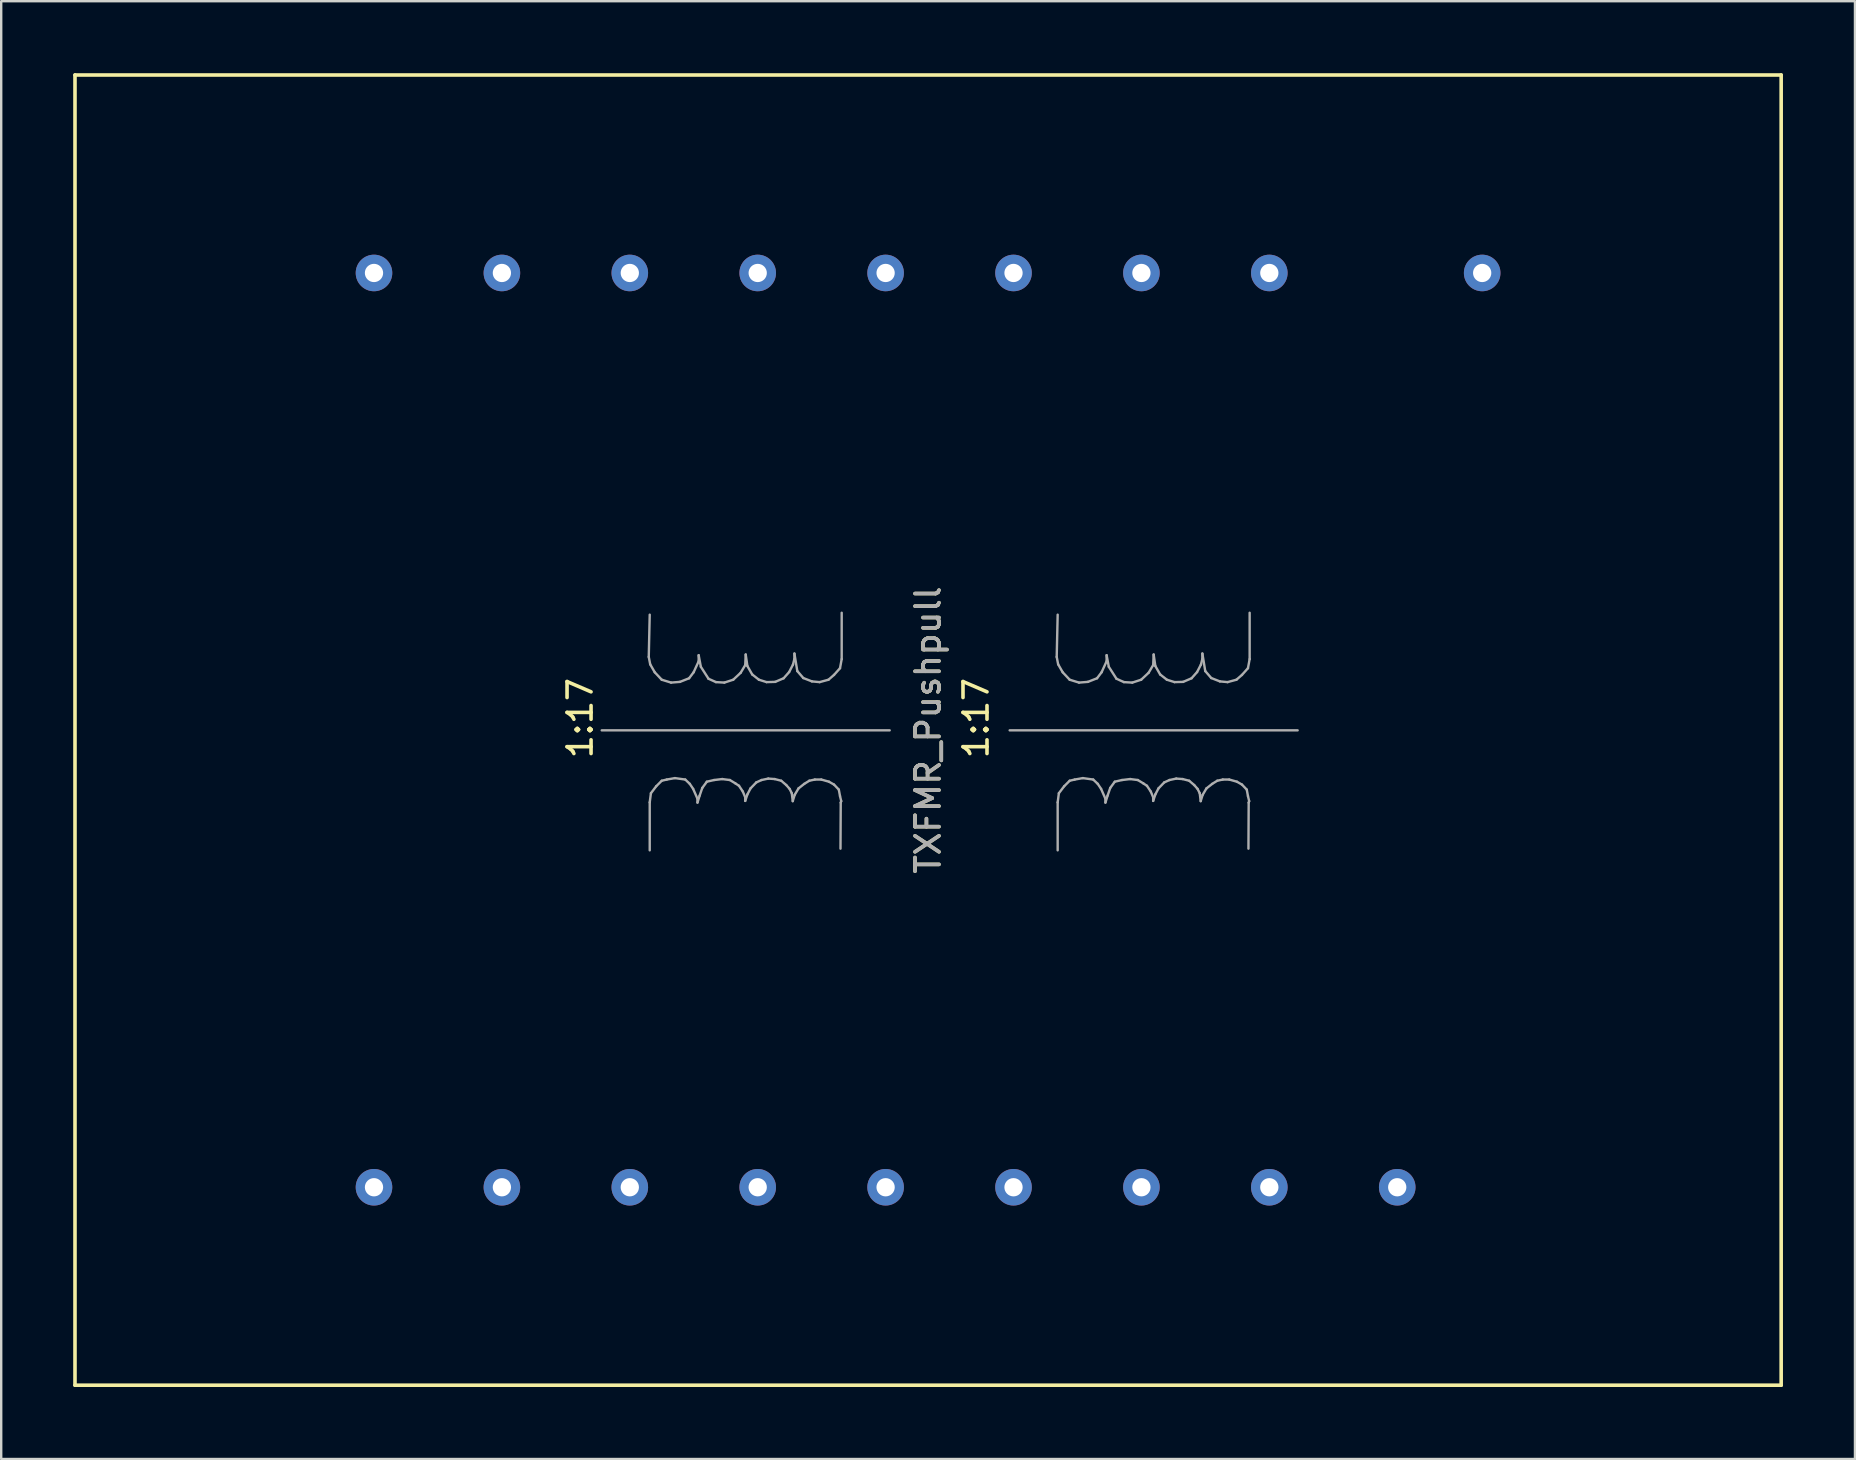
<source format=kicad_pcb>
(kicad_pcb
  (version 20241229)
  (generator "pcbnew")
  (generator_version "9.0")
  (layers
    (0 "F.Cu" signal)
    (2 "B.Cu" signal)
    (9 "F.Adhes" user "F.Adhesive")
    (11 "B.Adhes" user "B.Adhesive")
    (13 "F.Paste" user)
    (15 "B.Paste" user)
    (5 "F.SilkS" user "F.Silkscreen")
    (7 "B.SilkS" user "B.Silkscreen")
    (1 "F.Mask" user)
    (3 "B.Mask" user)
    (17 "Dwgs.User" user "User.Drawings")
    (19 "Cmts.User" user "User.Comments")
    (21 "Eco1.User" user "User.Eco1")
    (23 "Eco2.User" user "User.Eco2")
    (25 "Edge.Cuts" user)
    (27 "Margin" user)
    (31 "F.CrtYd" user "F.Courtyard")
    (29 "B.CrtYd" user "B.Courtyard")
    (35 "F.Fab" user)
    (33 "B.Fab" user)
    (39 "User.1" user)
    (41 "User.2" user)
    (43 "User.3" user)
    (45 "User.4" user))
  (footprint "TXFMR_Pushpull"
    (layer "F.Cu")
    (at 31.19 27.375)
    (property "Reference" "TXFMR_Pushpull" (at 4.435 0 90) (layer "F.SilkS") (effects (font (size 1 1) (thickness 0.15))))
    (attr through_hole)
    (fp_line (start -31.115 -27.3) (end -31.115 27.3) (stroke (width 0.15) (type solid)) (layer "F.SilkS"))
    (fp_line (start -31.115 27.3) (end 39.985 27.3) (stroke (width 0.15) (type solid)) (layer "F.SilkS"))
    (fp_line (start 39.985 -27.3) (end -31.115 -27.3) (stroke (width 0.15) (type solid)) (layer "F.SilkS"))
    (fp_line (start 39.985 27.3) (end 39.985 -27.3) (stroke (width 0.15) (type solid)) (layer "F.SilkS"))
    (fp_line (start -9.165 0.01) (end 2.835 0.01) (stroke (width 0.1) (type solid)) (layer "F.Fab"))
    (fp_line (start -7.205 -3.05) (end -7.145 -2.74) (stroke (width 0.1) (type solid)) (layer "F.Fab"))
    (fp_line (start -7.165 -4.81) (end -7.205 -3.05) (stroke (width 0.1) (type solid)) (layer "F.Fab"))
    (fp_line (start -7.165 3.01) (end -7.115 2.63) (stroke (width 0.1) (type solid)) (layer "F.Fab"))
    (fp_line (start -7.165 5.01) (end -7.165 3.01) (stroke (width 0.1) (type solid)) (layer "F.Fab"))
    (fp_line (start -7.145 -2.74) (end -6.955 -2.41) (stroke (width 0.1) (type solid)) (layer "F.Fab"))
    (fp_line (start -7.115 2.63) (end -6.895 2.34) (stroke (width 0.1) (type solid)) (layer "F.Fab"))
    (fp_line (start -6.955 -2.41) (end -6.665 -2.1) (stroke (width 0.1) (type solid)) (layer "F.Fab"))
    (fp_line (start -6.895 2.34) (end -6.665 2.11) (stroke (width 0.1) (type solid)) (layer "F.Fab"))
    (fp_line (start -6.665 -2.1) (end -6.275 -1.98) (stroke (width 0.1) (type solid)) (layer "F.Fab"))
    (fp_line (start -6.665 2.11) (end -6.455 2.06) (stroke (width 0.1) (type solid)) (layer "F.Fab"))
    (fp_line (start -6.455 2.06) (end -6.115 2) (stroke (width 0.1) (type solid)) (layer "F.Fab"))
    (fp_line (start -6.275 -1.98) (end -5.905 -2.01) (stroke (width 0.1) (type solid)) (layer "F.Fab"))
    (fp_line (start -6.115 2) (end -5.685 2.06) (stroke (width 0.1) (type solid)) (layer "F.Fab"))
    (fp_line (start -5.905 -2.01) (end -5.525 -2.16) (stroke (width 0.1) (type solid)) (layer "F.Fab"))
    (fp_line (start -5.685 2.06) (end -5.495 2.24) (stroke (width 0.1) (type solid)) (layer "F.Fab"))
    (fp_line (start -5.525 -2.16) (end -5.335 -2.41) (stroke (width 0.1) (type solid)) (layer "F.Fab"))
    (fp_line (start -5.495 2.24) (end -5.355 2.45) (stroke (width 0.1) (type solid)) (layer "F.Fab"))
    (fp_line (start -5.355 2.45) (end -5.175 2.86) (stroke (width 0.1) (type solid)) (layer "F.Fab"))
    (fp_line (start -5.335 -2.41) (end -5.125 -2.87) (stroke (width 0.1) (type solid)) (layer "F.Fab"))
    (fp_line (start -5.175 2.86) (end -5.175 3.02) (stroke (width 0.1) (type solid)) (layer "F.Fab"))
    (fp_line (start -5.175 3.02) (end -5.085 2.73) (stroke (width 0.1) (type solid)) (layer "F.Fab"))
    (fp_line (start -5.125 -3.12) (end -5.035 -2.64) (stroke (width 0.1) (type solid)) (layer "F.Fab"))
    (fp_line (start -5.125 -2.87) (end -5.125 -3.12) (stroke (width 0.1) (type solid)) (layer "F.Fab"))
    (fp_line (start -5.085 2.73) (end -4.975 2.41) (stroke (width 0.1) (type solid)) (layer "F.Fab"))
    (fp_line (start -5.035 -2.64) (end -4.715 -2.14) (stroke (width 0.1) (type solid)) (layer "F.Fab"))
    (fp_line (start -4.975 2.41) (end -4.785 2.15) (stroke (width 0.1) (type solid)) (layer "F.Fab"))
    (fp_line (start -4.785 2.15) (end -4.485 2.08) (stroke (width 0.1) (type solid)) (layer "F.Fab"))
    (fp_line (start -4.715 -2.14) (end -4.405 -2) (stroke (width 0.1) (type solid)) (layer "F.Fab"))
    (fp_line (start -4.485 2.08) (end -4.145 2.04) (stroke (width 0.1) (type solid)) (layer "F.Fab"))
    (fp_line (start -4.405 -2) (end -4.055 -1.98) (stroke (width 0.1) (type solid)) (layer "F.Fab"))
    (fp_line (start -4.145 2.04) (end -3.825 2.08) (stroke (width 0.1) (type solid)) (layer "F.Fab"))
    (fp_line (start -4.055 -1.98) (end -3.685 -2.1) (stroke (width 0.1) (type solid)) (layer "F.Fab"))
    (fp_line (start -3.825 2.08) (end -3.595 2.22) (stroke (width 0.1) (type solid)) (layer "F.Fab"))
    (fp_line (start -3.685 -2.1) (end -3.375 -2.39) (stroke (width 0.1) (type solid)) (layer "F.Fab"))
    (fp_line (start -3.595 2.22) (end -3.445 2.32) (stroke (width 0.1) (type solid)) (layer "F.Fab"))
    (fp_line (start -3.445 2.32) (end -3.285 2.56) (stroke (width 0.1) (type solid)) (layer "F.Fab"))
    (fp_line (start -3.375 -2.39) (end -3.185 -2.71) (stroke (width 0.1) (type solid)) (layer "F.Fab"))
    (fp_line (start -3.285 2.56) (end -3.185 2.8) (stroke (width 0.1) (type solid)) (layer "F.Fab"))
    (fp_line (start -3.185 -2.71) (end -3.165 -3.15) (stroke (width 0.1) (type solid)) (layer "F.Fab"))
    (fp_line (start -3.185 2.8) (end -3.185 2.95) (stroke (width 0.1) (type solid)) (layer "F.Fab"))
    (fp_line (start -3.185 2.95) (end -3.095 2.68) (stroke (width 0.1) (type solid)) (layer "F.Fab"))
    (fp_line (start -3.165 -3.15) (end -3.095 -2.67) (stroke (width 0.1) (type solid)) (layer "F.Fab"))
    (fp_line (start -3.095 -2.67) (end -2.895 -2.32) (stroke (width 0.1) (type solid)) (layer "F.Fab"))
    (fp_line (start -3.095 2.68) (end -2.965 2.43) (stroke (width 0.1) (type solid)) (layer "F.Fab"))
    (fp_line (start -2.965 2.43) (end -2.725 2.18) (stroke (width 0.1) (type solid)) (layer "F.Fab"))
    (fp_line (start -2.895 -2.32) (end -2.615 -2.1) (stroke (width 0.1) (type solid)) (layer "F.Fab"))
    (fp_line (start -2.725 2.18) (end -2.505 2.08) (stroke (width 0.1) (type solid)) (layer "F.Fab"))
    (fp_line (start -2.615 -2.1) (end -2.295 -2) (stroke (width 0.1) (type solid)) (layer "F.Fab"))
    (fp_line (start -2.505 2.08) (end -2.225 2.02) (stroke (width 0.1) (type solid)) (layer "F.Fab"))
    (fp_line (start -2.295 -2) (end -1.935 -2.01) (stroke (width 0.1) (type solid)) (layer "F.Fab"))
    (fp_line (start -2.225 2.02) (end -1.955 2.04) (stroke (width 0.1) (type solid)) (layer "F.Fab"))
    (fp_line (start -1.955 2.04) (end -1.685 2.11) (stroke (width 0.1) (type solid)) (layer "F.Fab"))
    (fp_line (start -1.935 -2.01) (end -1.585 -2.16) (stroke (width 0.1) (type solid)) (layer "F.Fab"))
    (fp_line (start -1.685 2.11) (end -1.475 2.29) (stroke (width 0.1) (type solid)) (layer "F.Fab"))
    (fp_line (start -1.585 -2.16) (end -1.355 -2.42) (stroke (width 0.1) (type solid)) (layer "F.Fab"))
    (fp_line (start -1.475 2.29) (end -1.335 2.45) (stroke (width 0.1) (type solid)) (layer "F.Fab"))
    (fp_line (start -1.355 -2.42) (end -1.195 -2.73) (stroke (width 0.1) (type solid)) (layer "F.Fab"))
    (fp_line (start -1.335 2.45) (end -1.245 2.63) (stroke (width 0.1) (type solid)) (layer "F.Fab"))
    (fp_line (start -1.245 2.63) (end -1.205 2.96) (stroke (width 0.1) (type solid)) (layer "F.Fab"))
    (fp_line (start -1.205 2.96) (end -1.125 2.7) (stroke (width 0.1) (type solid)) (layer "F.Fab"))
    (fp_line (start -1.195 -2.73) (end -1.135 -2.97) (stroke (width 0.1) (type solid)) (layer "F.Fab"))
    (fp_line (start -1.135 -3.19) (end -1.015 -2.46) (stroke (width 0.1) (type solid)) (layer "F.Fab"))
    (fp_line (start -1.135 -2.97) (end -1.135 -3.19) (stroke (width 0.1) (type solid)) (layer "F.Fab"))
    (fp_line (start -1.125 2.7) (end -0.965 2.43) (stroke (width 0.1) (type solid)) (layer "F.Fab"))
    (fp_line (start -1.015 -2.46) (end -0.765 -2.17) (stroke (width 0.1) (type solid)) (layer "F.Fab"))
    (fp_line (start -0.965 2.43) (end -0.725 2.24) (stroke (width 0.1) (type solid)) (layer "F.Fab"))
    (fp_line (start -0.765 -2.17) (end -0.405 -2.03) (stroke (width 0.1) (type solid)) (layer "F.Fab"))
    (fp_line (start -0.725 2.24) (end -0.515 2.11) (stroke (width 0.1) (type solid)) (layer "F.Fab"))
    (fp_line (start -0.515 2.11) (end -0.285 2.06) (stroke (width 0.1) (type solid)) (layer "F.Fab"))
    (fp_line (start -0.405 -2.03) (end -0.085 -2) (stroke (width 0.1) (type solid)) (layer "F.Fab"))
    (fp_line (start -0.285 2.06) (end -0.015 2.06) (stroke (width 0.1) (type solid)) (layer "F.Fab"))
    (fp_line (start -0.085 -2) (end 0.285 -2.1) (stroke (width 0.1) (type solid)) (layer "F.Fab"))
    (fp_line (start -0.015 2.06) (end 0.305 2.15) (stroke (width 0.1) (type solid)) (layer "F.Fab"))
    (fp_line (start 0.285 -2.1) (end 0.515 -2.3) (stroke (width 0.1) (type solid)) (layer "F.Fab"))
    (fp_line (start 0.305 2.15) (end 0.515 2.27) (stroke (width 0.1) (type solid)) (layer "F.Fab"))
    (fp_line (start 0.515 -2.3) (end 0.765 -2.58) (stroke (width 0.1) (type solid)) (layer "F.Fab"))
    (fp_line (start 0.515 2.27) (end 0.715 2.48) (stroke (width 0.1) (type solid)) (layer "F.Fab"))
    (fp_line (start 0.715 2.48) (end 0.765 2.75) (stroke (width 0.1) (type solid)) (layer "F.Fab"))
    (fp_line (start 0.765 -2.58) (end 0.835 -2.96) (stroke (width 0.1) (type solid)) (layer "F.Fab"))
    (fp_line (start 0.765 2.75) (end 0.815 2.96) (stroke (width 0.1) (type solid)) (layer "F.Fab"))
    (fp_line (start 0.795 3.02) (end 0.785 4.94) (stroke (width 0.1) (type solid)) (layer "F.Fab"))
    (fp_line (start 0.815 2.96) (end 0.795 3.02) (stroke (width 0.1) (type solid)) (layer "F.Fab"))
    (fp_line (start 0.835 -2.96) (end 0.835 -4.89) (stroke (width 0.1) (type solid)) (layer "F.Fab"))
    (fp_line (start 7.835 0.01) (end 19.835 0.01) (stroke (width 0.1) (type solid)) (layer "F.Fab"))
    (fp_line (start 9.795 -3.05) (end 9.855 -2.74) (stroke (width 0.1) (type solid)) (layer "F.Fab"))
    (fp_line (start 9.835 -4.81) (end 9.795 -3.05) (stroke (width 0.1) (type solid)) (layer "F.Fab"))
    (fp_line (start 9.835 3.01) (end 9.885 2.63) (stroke (width 0.1) (type solid)) (layer "F.Fab"))
    (fp_line (start 9.835 5.01) (end 9.835 3.01) (stroke (width 0.1) (type solid)) (layer "F.Fab"))
    (fp_line (start 9.855 -2.74) (end 10.045 -2.41) (stroke (width 0.1) (type solid)) (layer "F.Fab"))
    (fp_line (start 9.885 2.63) (end 10.105 2.34) (stroke (width 0.1) (type solid)) (layer "F.Fab"))
    (fp_line (start 10.045 -2.41) (end 10.335 -2.1) (stroke (width 0.1) (type solid)) (layer "F.Fab"))
    (fp_line (start 10.105 2.34) (end 10.335 2.11) (stroke (width 0.1) (type solid)) (layer "F.Fab"))
    (fp_line (start 10.335 -2.1) (end 10.725 -1.98) (stroke (width 0.1) (type solid)) (layer "F.Fab"))
    (fp_line (start 10.335 2.11) (end 10.545 2.06) (stroke (width 0.1) (type solid)) (layer "F.Fab"))
    (fp_line (start 10.545 2.06) (end 10.885 2) (stroke (width 0.1) (type solid)) (layer "F.Fab"))
    (fp_line (start 10.725 -1.98) (end 11.095 -2.01) (stroke (width 0.1) (type solid)) (layer "F.Fab"))
    (fp_line (start 10.885 2) (end 11.315 2.06) (stroke (width 0.1) (type solid)) (layer "F.Fab"))
    (fp_line (start 11.095 -2.01) (end 11.475 -2.16) (stroke (width 0.1) (type solid)) (layer "F.Fab"))
    (fp_line (start 11.315 2.06) (end 11.505 2.24) (stroke (width 0.1) (type solid)) (layer "F.Fab"))
    (fp_line (start 11.475 -2.16) (end 11.665 -2.41) (stroke (width 0.1) (type solid)) (layer "F.Fab"))
    (fp_line (start 11.505 2.24) (end 11.645 2.45) (stroke (width 0.1) (type solid)) (layer "F.Fab"))
    (fp_line (start 11.645 2.45) (end 11.825 2.86) (stroke (width 0.1) (type solid)) (layer "F.Fab"))
    (fp_line (start 11.665 -2.41) (end 11.875 -2.87) (stroke (width 0.1) (type solid)) (layer "F.Fab"))
    (fp_line (start 11.825 2.86) (end 11.825 3.02) (stroke (width 0.1) (type solid)) (layer "F.Fab"))
    (fp_line (start 11.825 3.02) (end 11.915 2.73) (stroke (width 0.1) (type solid)) (layer "F.Fab"))
    (fp_line (start 11.875 -3.12) (end 11.965 -2.64) (stroke (width 0.1) (type solid)) (layer "F.Fab"))
    (fp_line (start 11.875 -2.87) (end 11.875 -3.12) (stroke (width 0.1) (type solid)) (layer "F.Fab"))
    (fp_line (start 11.915 2.73) (end 12.025 2.41) (stroke (width 0.1) (type solid)) (layer "F.Fab"))
    (fp_line (start 11.965 -2.64) (end 12.285 -2.14) (stroke (width 0.1) (type solid)) (layer "F.Fab"))
    (fp_line (start 12.025 2.41) (end 12.215 2.15) (stroke (width 0.1) (type solid)) (layer "F.Fab"))
    (fp_line (start 12.215 2.15) (end 12.515 2.08) (stroke (width 0.1) (type solid)) (layer "F.Fab"))
    (fp_line (start 12.285 -2.14) (end 12.595 -2) (stroke (width 0.1) (type solid)) (layer "F.Fab"))
    (fp_line (start 12.515 2.08) (end 12.855 2.04) (stroke (width 0.1) (type solid)) (layer "F.Fab"))
    (fp_line (start 12.595 -2) (end 12.945 -1.98) (stroke (width 0.1) (type solid)) (layer "F.Fab"))
    (fp_line (start 12.855 2.04) (end 13.175 2.08) (stroke (width 0.1) (type solid)) (layer "F.Fab"))
    (fp_line (start 12.945 -1.98) (end 13.315 -2.1) (stroke (width 0.1) (type solid)) (layer "F.Fab"))
    (fp_line (start 13.175 2.08) (end 13.405 2.22) (stroke (width 0.1) (type solid)) (layer "F.Fab"))
    (fp_line (start 13.315 -2.1) (end 13.625 -2.39) (stroke (width 0.1) (type solid)) (layer "F.Fab"))
    (fp_line (start 13.405 2.22) (end 13.555 2.32) (stroke (width 0.1) (type solid)) (layer "F.Fab"))
    (fp_line (start 13.555 2.32) (end 13.715 2.56) (stroke (width 0.1) (type solid)) (layer "F.Fab"))
    (fp_line (start 13.625 -2.39) (end 13.815 -2.71) (stroke (width 0.1) (type solid)) (layer "F.Fab"))
    (fp_line (start 13.715 2.56) (end 13.815 2.8) (stroke (width 0.1) (type solid)) (layer "F.Fab"))
    (fp_line (start 13.815 -2.71) (end 13.835 -3.15) (stroke (width 0.1) (type solid)) (layer "F.Fab"))
    (fp_line (start 13.815 2.8) (end 13.815 2.95) (stroke (width 0.1) (type solid)) (layer "F.Fab"))
    (fp_line (start 13.815 2.95) (end 13.905 2.68) (stroke (width 0.1) (type solid)) (layer "F.Fab"))
    (fp_line (start 13.835 -3.15) (end 13.905 -2.67) (stroke (width 0.1) (type solid)) (layer "F.Fab"))
    (fp_line (start 13.905 -2.67) (end 14.105 -2.32) (stroke (width 0.1) (type solid)) (layer "F.Fab"))
    (fp_line (start 13.905 2.68) (end 14.035 2.43) (stroke (width 0.1) (type solid)) (layer "F.Fab"))
    (fp_line (start 14.035 2.43) (end 14.275 2.18) (stroke (width 0.1) (type solid)) (layer "F.Fab"))
    (fp_line (start 14.105 -2.32) (end 14.385 -2.1) (stroke (width 0.1) (type solid)) (layer "F.Fab"))
    (fp_line (start 14.275 2.18) (end 14.495 2.08) (stroke (width 0.1) (type solid)) (layer "F.Fab"))
    (fp_line (start 14.385 -2.1) (end 14.705 -2) (stroke (width 0.1) (type solid)) (layer "F.Fab"))
    (fp_line (start 14.495 2.08) (end 14.775 2.02) (stroke (width 0.1) (type solid)) (layer "F.Fab"))
    (fp_line (start 14.705 -2) (end 15.065 -2.01) (stroke (width 0.1) (type solid)) (layer "F.Fab"))
    (fp_line (start 14.775 2.02) (end 15.045 2.04) (stroke (width 0.1) (type solid)) (layer "F.Fab"))
    (fp_line (start 15.045 2.04) (end 15.315 2.11) (stroke (width 0.1) (type solid)) (layer "F.Fab"))
    (fp_line (start 15.065 -2.01) (end 15.415 -2.16) (stroke (width 0.1) (type solid)) (layer "F.Fab"))
    (fp_line (start 15.315 2.11) (end 15.525 2.29) (stroke (width 0.1) (type solid)) (layer "F.Fab"))
    (fp_line (start 15.415 -2.16) (end 15.645 -2.42) (stroke (width 0.1) (type solid)) (layer "F.Fab"))
    (fp_line (start 15.525 2.29) (end 15.665 2.45) (stroke (width 0.1) (type solid)) (layer "F.Fab"))
    (fp_line (start 15.645 -2.42) (end 15.805 -2.73) (stroke (width 0.1) (type solid)) (layer "F.Fab"))
    (fp_line (start 15.665 2.45) (end 15.755 2.63) (stroke (width 0.1) (type solid)) (layer "F.Fab"))
    (fp_line (start 15.755 2.63) (end 15.795 2.96) (stroke (width 0.1) (type solid)) (layer "F.Fab"))
    (fp_line (start 15.795 2.96) (end 15.875 2.7) (stroke (width 0.1) (type solid)) (layer "F.Fab"))
    (fp_line (start 15.805 -2.73) (end 15.865 -2.97) (stroke (width 0.1) (type solid)) (layer "F.Fab"))
    (fp_line (start 15.865 -3.19) (end 15.985 -2.46) (stroke (width 0.1) (type solid)) (layer "F.Fab"))
    (fp_line (start 15.865 -2.97) (end 15.865 -3.19) (stroke (width 0.1) (type solid)) (layer "F.Fab"))
    (fp_line (start 15.875 2.7) (end 16.035 2.43) (stroke (width 0.1) (type solid)) (layer "F.Fab"))
    (fp_line (start 15.985 -2.46) (end 16.235 -2.17) (stroke (width 0.1) (type solid)) (layer "F.Fab"))
    (fp_line (start 16.035 2.43) (end 16.275 2.24) (stroke (width 0.1) (type solid)) (layer "F.Fab"))
    (fp_line (start 16.235 -2.17) (end 16.595 -2.03) (stroke (width 0.1) (type solid)) (layer "F.Fab"))
    (fp_line (start 16.275 2.24) (end 16.485 2.11) (stroke (width 0.1) (type solid)) (layer "F.Fab"))
    (fp_line (start 16.485 2.11) (end 16.715 2.06) (stroke (width 0.1) (type solid)) (layer "F.Fab"))
    (fp_line (start 16.595 -2.03) (end 16.915 -2) (stroke (width 0.1) (type solid)) (layer "F.Fab"))
    (fp_line (start 16.715 2.06) (end 16.985 2.06) (stroke (width 0.1) (type solid)) (layer "F.Fab"))
    (fp_line (start 16.915 -2) (end 17.285 -2.1) (stroke (width 0.1) (type solid)) (layer "F.Fab"))
    (fp_line (start 16.985 2.06) (end 17.305 2.15) (stroke (width 0.1) (type solid)) (layer "F.Fab"))
    (fp_line (start 17.285 -2.1) (end 17.515 -2.3) (stroke (width 0.1) (type solid)) (layer "F.Fab"))
    (fp_line (start 17.305 2.15) (end 17.515 2.27) (stroke (width 0.1) (type solid)) (layer "F.Fab"))
    (fp_line (start 17.515 -2.3) (end 17.765 -2.58) (stroke (width 0.1) (type solid)) (layer "F.Fab"))
    (fp_line (start 17.515 2.27) (end 17.715 2.48) (stroke (width 0.1) (type solid)) (layer "F.Fab"))
    (fp_line (start 17.715 2.48) (end 17.765 2.75) (stroke (width 0.1) (type solid)) (layer "F.Fab"))
    (fp_line (start 17.765 -2.58) (end 17.835 -2.96) (stroke (width 0.1) (type solid)) (layer "F.Fab"))
    (fp_line (start 17.765 2.75) (end 17.815 2.96) (stroke (width 0.1) (type solid)) (layer "F.Fab"))
    (fp_line (start 17.795 3.02) (end 17.785 4.94) (stroke (width 0.1) (type solid)) (layer "F.Fab"))
    (fp_line (start 17.815 2.96) (end 17.795 3.02) (stroke (width 0.1) (type solid)) (layer "F.Fab"))
    (fp_line (start 17.835 -2.96) (end 17.835 -4.89) (stroke (width 0.1) (type solid)) (layer "F.Fab"))
    (fp_text user "1:17" (at 6.435 -0.5 90) (layer "F.SilkS") (effects (font (size 1 1) (thickness 0.15))))
    (fp_text user "1:17" (at -10.065 -0.5 90) (layer "F.SilkS") (effects (font (size 1 1) (thickness 0.15))))
    (fp_text user "${REFERENCE}" (at 4.435 0 90) (layer "F.Fab") (effects (font (size 1 1) (thickness 0.15))))
    (pad "P" thru_hole circle (at 27.525 -19.05) (size 1.524 1.524) (drill 0.762) (layers "*.Cu" "*.Mask"))
    (pad "P1" thru_hole circle (at 18.655 -19.05) (size 1.524 1.524) (drill 0.762) (layers "*.Cu" "*.Mask"))
    (pad "P2" thru_hole circle (at -18.655 -19.05) (size 1.524 1.524) (drill 0.762) (layers "*.Cu" "*.Mask"))
    (pad "P2" thru_hole circle (at -13.325 -19.05) (size 1.524 1.524) (drill 0.762) (layers "*.Cu" "*.Mask"))
    (pad "Pc1" thru_hole circle (at 7.995 -19.05) (size 1.524 1.524) (drill 0.762) (layers "*.Cu" "*.Mask"))
    (pad "Pc1" thru_hole circle (at 13.325 -19.05) (size 1.524 1.524) (drill 0.762) (layers "*.Cu" "*.Mask"))
    (pad "Pc2" thru_hole circle (at -7.995 -19.05) (size 1.524 1.524) (drill 0.762) (layers "*.Cu" "*.Mask"))
    (pad "Pc2" thru_hole circle (at -2.665 -19.05) (size 1.524 1.524) (drill 0.762) (layers "*.Cu" "*.Mask"))
    (pad "Pc2" thru_hole circle (at 2.665 -19.05) (size 1.524 1.524) (drill 0.762) (layers "*.Cu" "*.Mask"))
    (pad "S" thru_hole circle (at 23.985 19.05) (size 1.524 1.524) (drill 0.762) (layers "*.Cu" "*.Mask"))
    (pad "S1" thru_hole circle (at 18.655 19.05) (size 1.524 1.524) (drill 0.762) (layers "*.Cu" "*.Mask"))
    (pad "S2" thru_hole circle (at -18.655 19.05) (size 1.524 1.524) (drill 0.762) (layers "*.Cu" "*.Mask"))
    (pad "S2" thru_hole circle (at -13.325 19.05) (size 1.524 1.524) (drill 0.762) (layers "*.Cu" "*.Mask"))
    (pad "Sc1" thru_hole circle (at 2.665 19.05) (size 1.524 1.524) (drill 0.762) (layers "*.Cu" "*.Mask"))
    (pad "Sc1" thru_hole circle (at 7.995 19.05) (size 1.524 1.524) (drill 0.762) (layers "*.Cu" "*.Mask"))
    (pad "Sc1" thru_hole circle (at 13.325 19.05) (size 1.524 1.524) (drill 0.762) (layers "*.Cu" "*.Mask"))
    (pad "Sc2" thru_hole circle (at -7.995 19.05) (size 1.524 1.524) (drill 0.762) (layers "*.Cu" "*.Mask"))
    (pad "Sc2" thru_hole circle (at -2.665 19.05) (size 1.524 1.524) (drill 0.762) (layers "*.Cu" "*.Mask")))
  (gr_rect
    (start -3 -3)
    (end 74.25 57.75)
    (stroke (width 0.1) (type default))
    (fill no)
    (layer "Edge.Cuts")))
</source>
